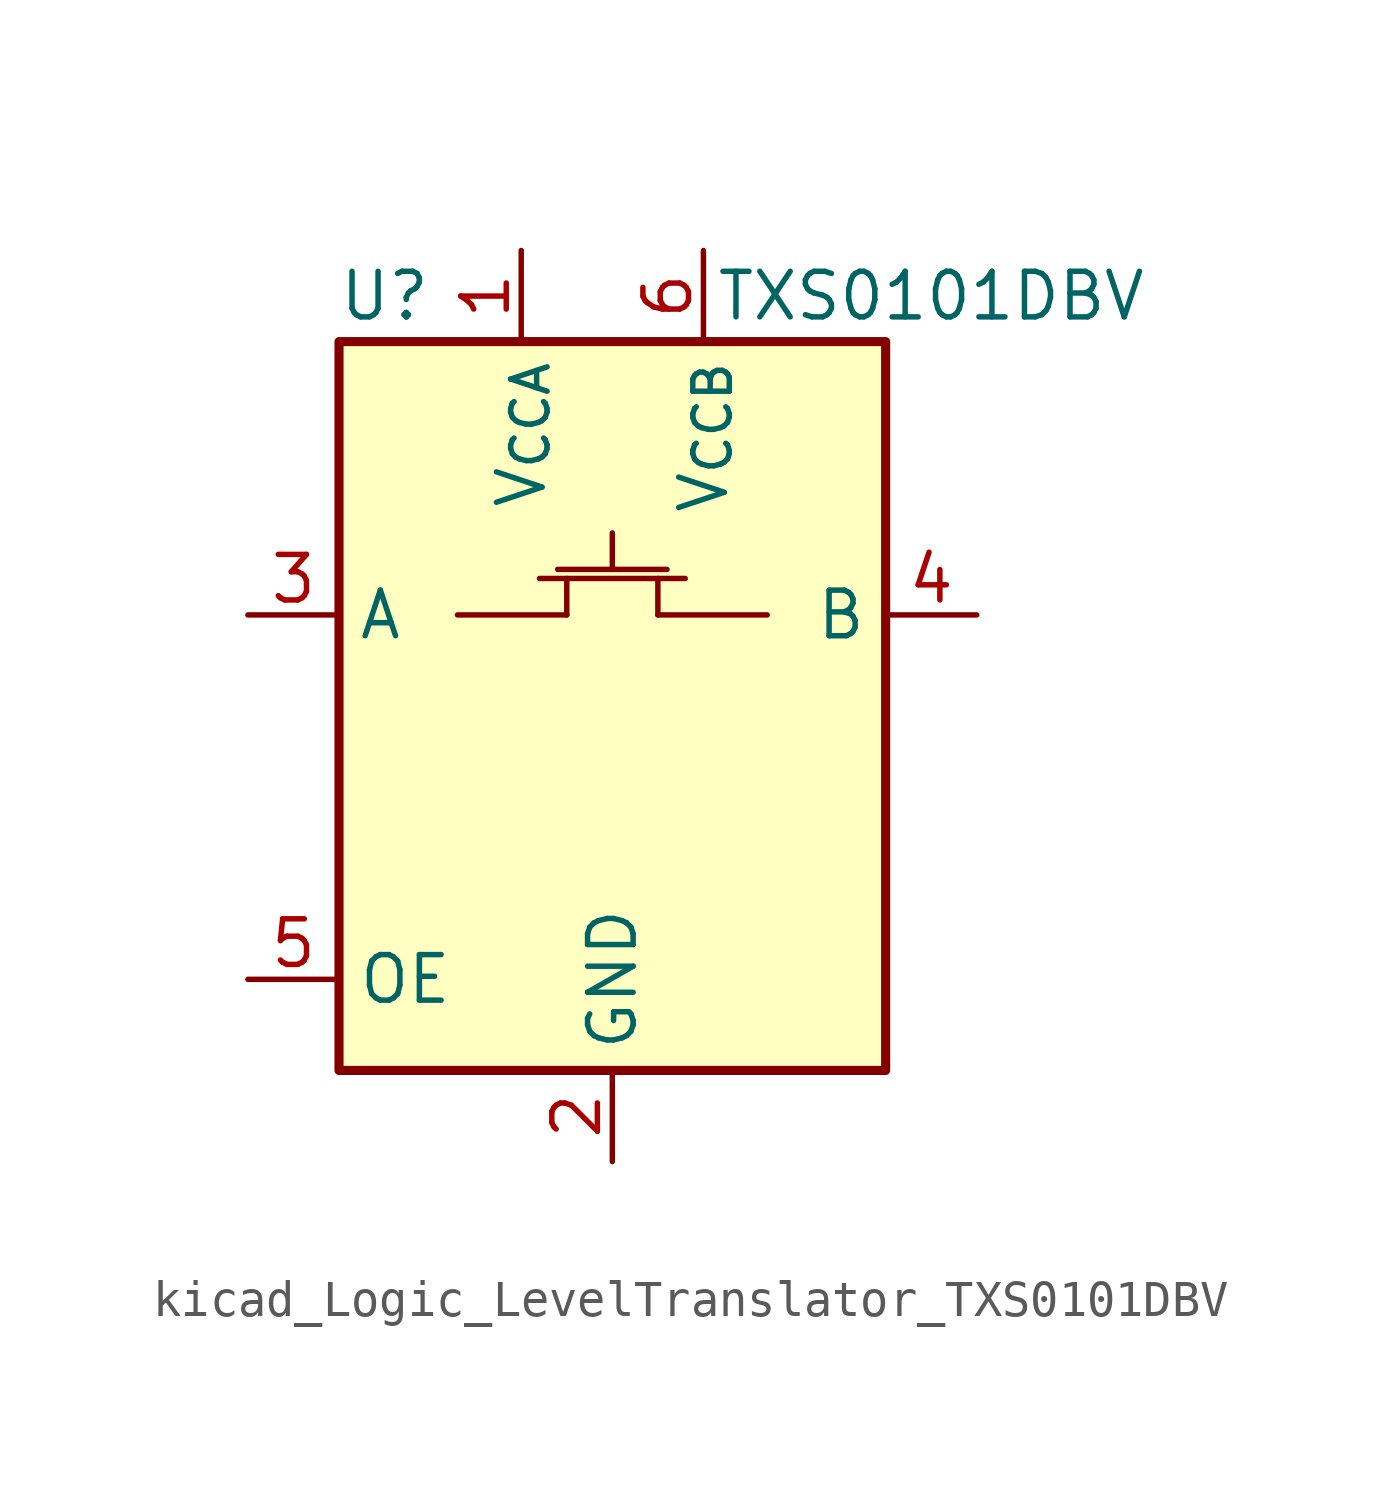
<source format=kicad_sym>
(kicad_symbol_lib
  (version 20220914)
  (generator kicad_symbol_editor)
  (symbol "kicad_Logic_LevelTranslator_TXS0101DBV"
    (property "Reference" "U"
      (at -6.35 11.43 0)
      (effects (font (size 1.27 1.27))))
    (property "Value" "TXS0101DBV"
      (at 8.89 11.43 0)
      (effects (font (size 1.27 1.27))))
    (symbol "kicad_Logic_LevelTranslator_TXS0101DBV_0_1"
      (rectangle (start -7.62 10.16) (end 7.62 -10.16) (stroke (width 0.254) (type default)) (fill (type background))))
    (symbol "kicad_Logic_LevelTranslator_TXS0101DBV_1_1"
      (polyline (pts (xy -4.318 2.54) (xy -1.27 2.54)) (stroke (width 0) (type default)) (fill (type none)))
      (polyline (pts (xy -2.032 3.556) (xy 2.032 3.556)) (stroke (width 0) (type default)) (fill (type none)))
      (polyline (pts (xy -1.524 3.81) (xy 1.524 3.81)) (stroke (width 0) (type default)) (fill (type none)))
      (polyline (pts (xy -1.27 2.54) (xy -1.27 3.556)) (stroke (width 0) (type default)) (fill (type none)))
      (polyline (pts (xy 0 3.81) (xy 0 4.826)) (stroke (width 0) (type default)) (fill (type none)))
      (polyline (pts (xy 1.27 2.54) (xy 1.27 3.556)) (stroke (width 0) (type default)) (fill (type none)))
      (polyline (pts (xy 4.318 2.54) (xy 1.27 2.54)) (stroke (width 0) (type default)) (fill (type none)))
      (pin power_in line (at -2.54 12.7 270) (length 2.54) (name "V_{CCA}" (effects (font (size 1.27 1.27)))) (number "1" (effects (font (size 1.27 1.27)))))
      (pin power_in line (at 0 -12.7 90) (length 2.54) (name "GND" (effects (font (size 1.27 1.27)))) (number "2" (effects (font (size 1.27 1.27)))))
      (pin bidirectional line (at -10.16 2.54 0) (length 2.54) (name "A" (effects (font (size 1.27 1.27)))) (number "3" (effects (font (size 1.27 1.27)))))
      (pin bidirectional line (at 10.16 2.54 180) (length 2.54) (name "B" (effects (font (size 1.27 1.27)))) (number "4" (effects (font (size 1.27 1.27)))))
      (pin input line (at -10.16 -7.62 0) (length 2.54) (name "OE" (effects (font (size 1.27 1.27)))) (number "5" (effects (font (size 1.27 1.27)))))
      (pin power_in line (at 2.54 12.7 270) (length 2.54) (name "V_{CCB}" (effects (font (size 1.27 1.27)))) (number "6" (effects (font (size 1.27 1.27))))))))
</source>
